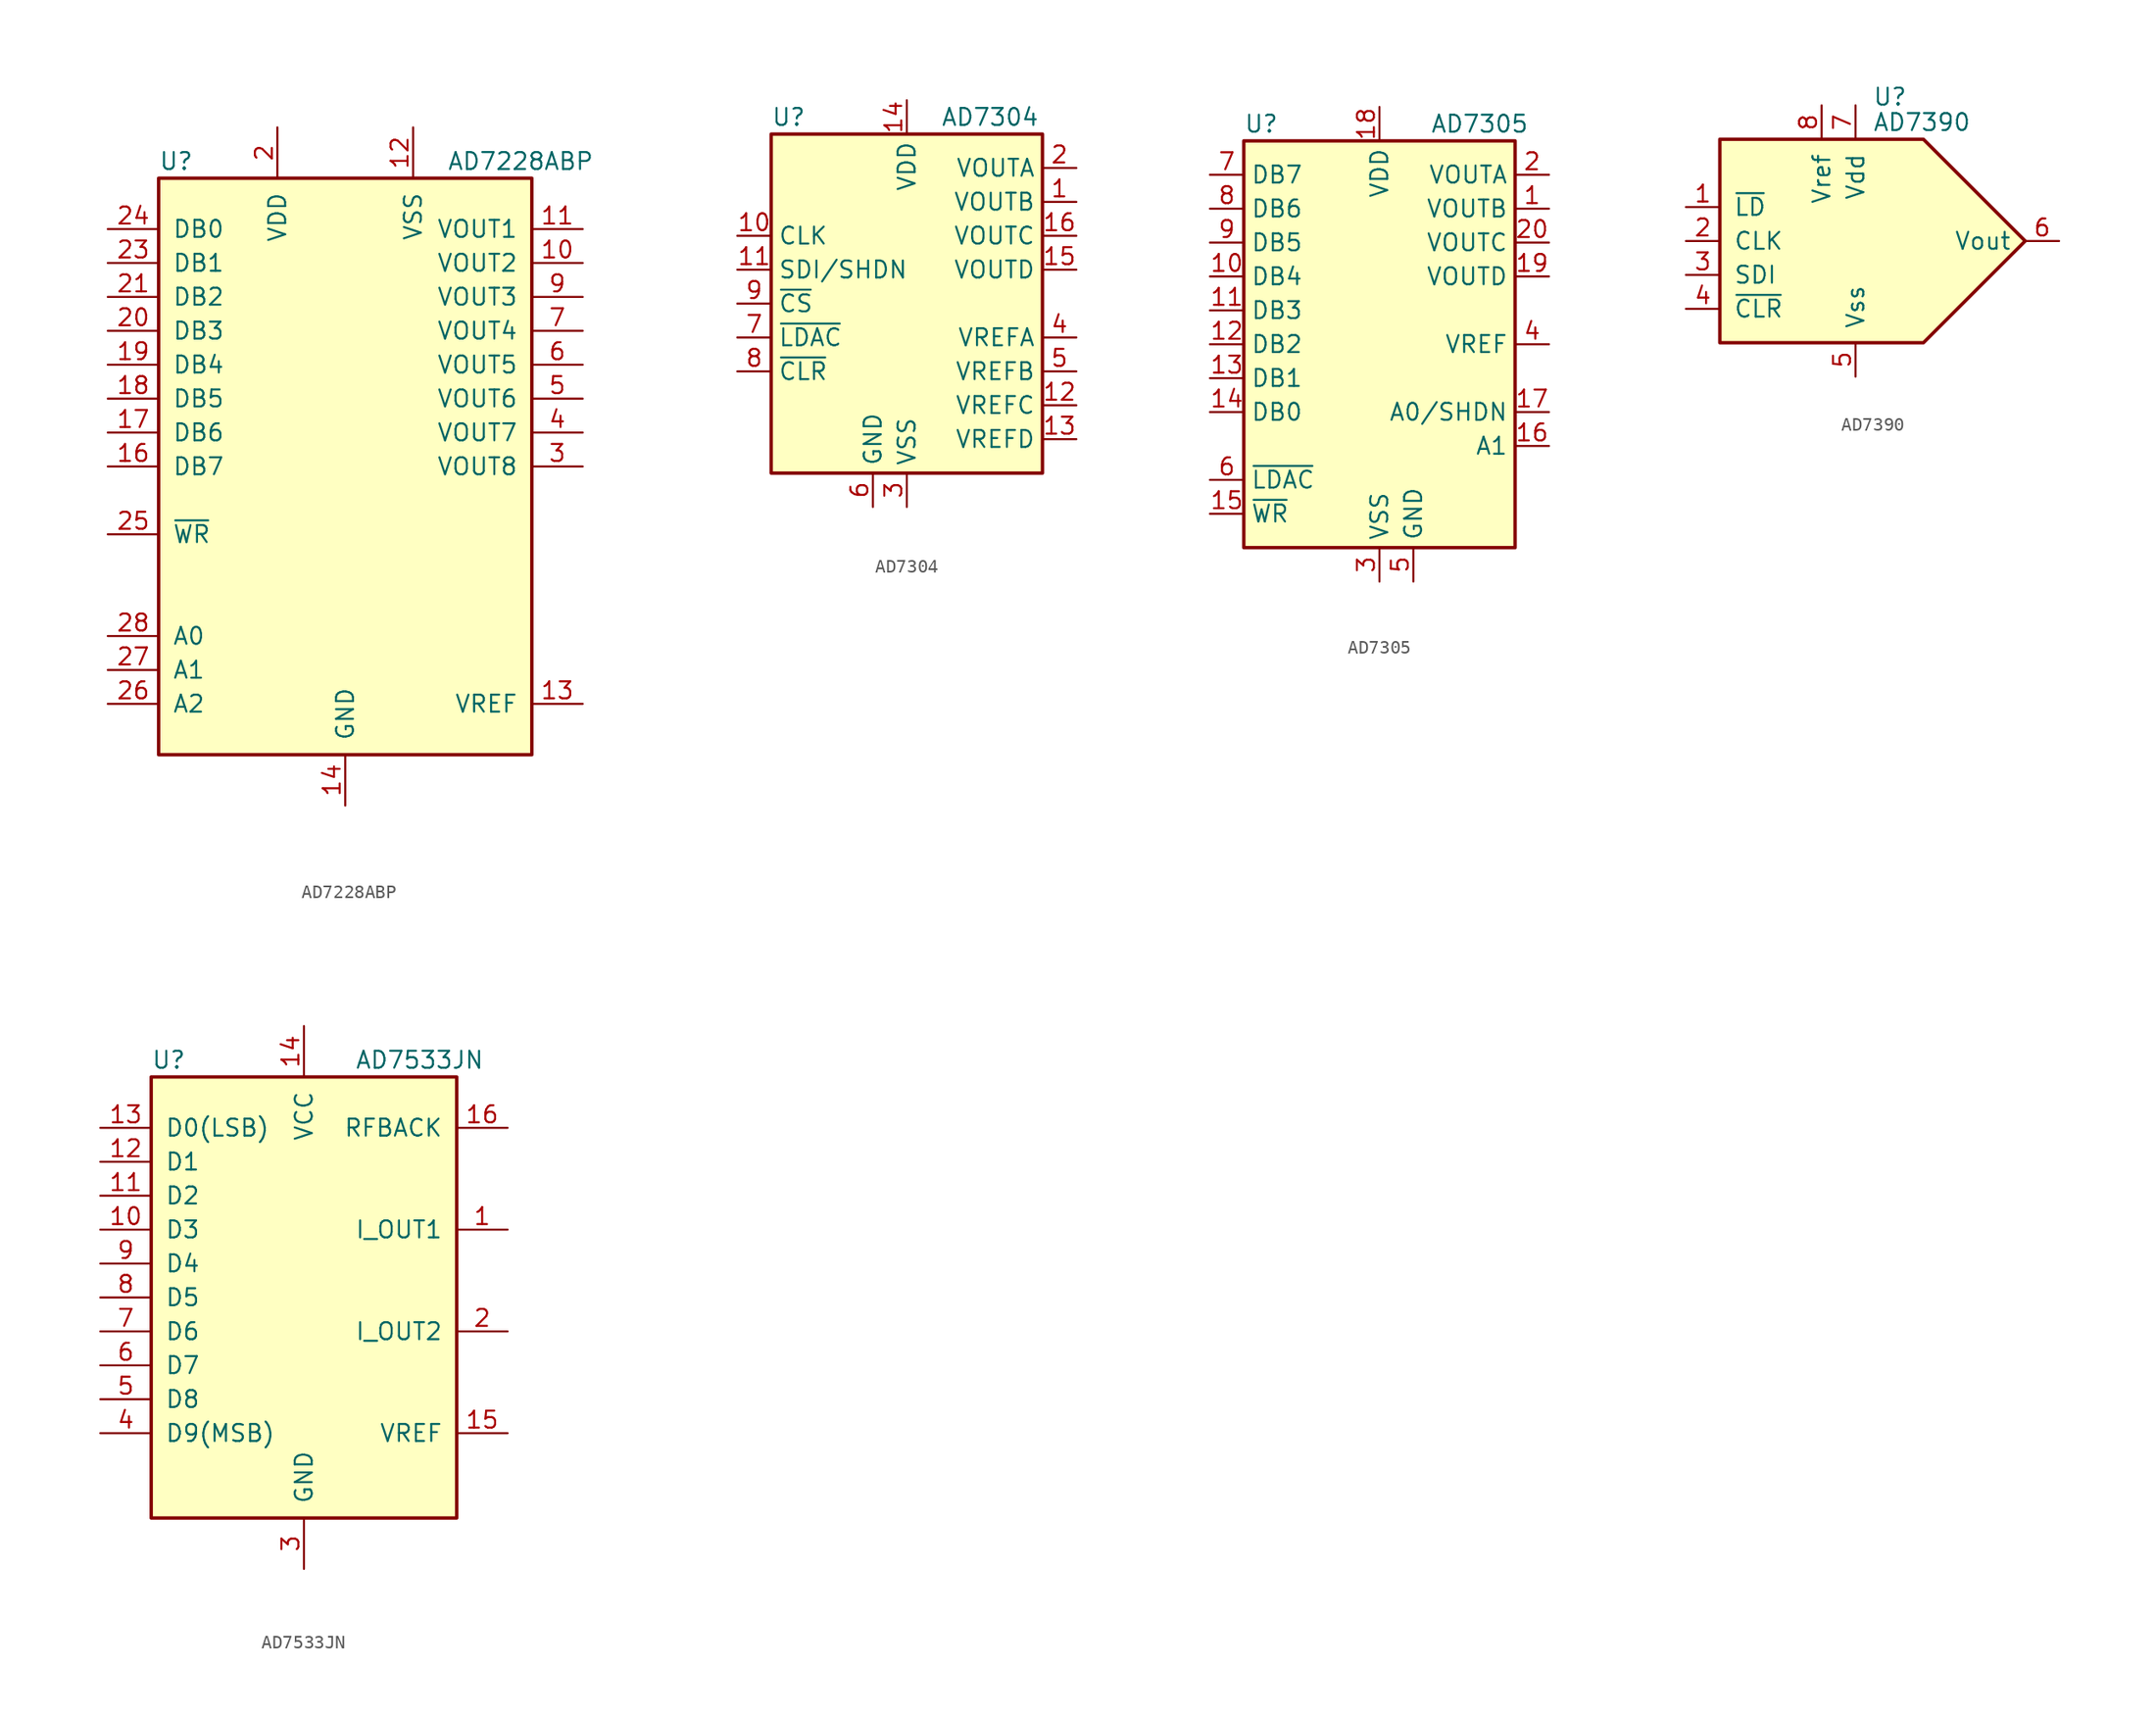
<source format=kicad_sym>
(kicad_symbol_lib
  (version 20220914)
  (generator kicad_symbol_editor)
  (symbol "AD7228ABP"
    (pin_names
      (offset 1.016))
    (property "Reference" "U"
      (at -13.97 22.86 0)
      (effects (font (size 1.27 1.27)) (justify left)))
    (property "Value" "AD7228ABP"
      (at 7.62 22.86 0)
      (effects (font (size 1.27 1.27)) (justify left)))
    (symbol "AD7228ABP_0_1"
      (rectangle (start -13.97 -21.59) (end 13.97 21.59) (stroke (width 0.254) (type default)) (fill (type background))))
    (symbol "AD7228ABP_1_1"
      (pin output line (at 17.78 15.24 180) (length 3.81) (name "VOUT2" (effects (font (size 1.27 1.27)))) (number "10" (effects (font (size 1.27 1.27)))))
      (pin output line (at 17.78 17.78 180) (length 3.81) (name "VOUT1" (effects (font (size 1.27 1.27)))) (number "11" (effects (font (size 1.27 1.27)))))
      (pin power_in line (at 5.08 25.4 270) (length 3.81) (name "VSS" (effects (font (size 1.27 1.27)))) (number "12" (effects (font (size 1.27 1.27)))))
      (pin passive line (at 17.78 -17.78 180) (length 3.81) (name "VREF" (effects (font (size 1.27 1.27)))) (number "13" (effects (font (size 1.27 1.27)))))
      (pin power_in line (at 0 -25.4 90) (length 3.81) (name "GND" (effects (font (size 1.27 1.27)))) (number "14" (effects (font (size 1.27 1.27)))))
      (pin input line (at -17.78 0 0) (length 3.81) (name "DB7" (effects (font (size 1.27 1.27)))) (number "16" (effects (font (size 1.27 1.27)))))
      (pin input line (at -17.78 2.54 0) (length 3.81) (name "DB6" (effects (font (size 1.27 1.27)))) (number "17" (effects (font (size 1.27 1.27)))))
      (pin input line (at -17.78 5.08 0) (length 3.81) (name "DB5" (effects (font (size 1.27 1.27)))) (number "18" (effects (font (size 1.27 1.27)))))
      (pin input line (at -17.78 7.62 0) (length 3.81) (name "DB4" (effects (font (size 1.27 1.27)))) (number "19" (effects (font (size 1.27 1.27)))))
      (pin power_in line (at -5.08 25.4 270) (length 3.81) (name "VDD" (effects (font (size 1.27 1.27)))) (number "2" (effects (font (size 1.27 1.27)))))
      (pin input line (at -17.78 10.16 0) (length 3.81) (name "DB3" (effects (font (size 1.27 1.27)))) (number "20" (effects (font (size 1.27 1.27)))))
      (pin input line (at -17.78 12.7 0) (length 3.81) (name "DB2" (effects (font (size 1.27 1.27)))) (number "21" (effects (font (size 1.27 1.27)))))
      (pin input line (at -17.78 15.24 0) (length 3.81) (name "DB1" (effects (font (size 1.27 1.27)))) (number "23" (effects (font (size 1.27 1.27)))))
      (pin input line (at -17.78 17.78 0) (length 3.81) (name "DB0" (effects (font (size 1.27 1.27)))) (number "24" (effects (font (size 1.27 1.27)))))
      (pin input line (at -17.78 -5.08 0) (length 3.81) (name "~{WR}" (effects (font (size 1.27 1.27)))) (number "25" (effects (font (size 1.27 1.27)))))
      (pin input line (at -17.78 -17.78 0) (length 3.81) (name "A2" (effects (font (size 1.27 1.27)))) (number "26" (effects (font (size 1.27 1.27)))))
      (pin input line (at -17.78 -15.24 0) (length 3.81) (name "A1" (effects (font (size 1.27 1.27)))) (number "27" (effects (font (size 1.27 1.27)))))
      (pin input line (at -17.78 -12.7 0) (length 3.81) (name "A0" (effects (font (size 1.27 1.27)))) (number "28" (effects (font (size 1.27 1.27)))))
      (pin output line (at 17.78 0 180) (length 3.81) (name "VOUT8" (effects (font (size 1.27 1.27)))) (number "3" (effects (font (size 1.27 1.27)))))
      (pin output line (at 17.78 2.54 180) (length 3.81) (name "VOUT7" (effects (font (size 1.27 1.27)))) (number "4" (effects (font (size 1.27 1.27)))))
      (pin output line (at 17.78 5.08 180) (length 3.81) (name "VOUT6" (effects (font (size 1.27 1.27)))) (number "5" (effects (font (size 1.27 1.27)))))
      (pin output line (at 17.78 7.62 180) (length 3.81) (name "VOUT5" (effects (font (size 1.27 1.27)))) (number "6" (effects (font (size 1.27 1.27)))))
      (pin output line (at 17.78 10.16 180) (length 3.81) (name "VOUT4" (effects (font (size 1.27 1.27)))) (number "7" (effects (font (size 1.27 1.27)))))
      (pin output line (at 17.78 12.7 180) (length 3.81) (name "VOUT3" (effects (font (size 1.27 1.27)))) (number "9" (effects (font (size 1.27 1.27)))))))
  (symbol "AD7304"
    (property "Reference" "U"
      (at -10.16 13.97 0)
      (effects (font (size 1.27 1.27)) (justify left)))
    (property "Value" "AD7304"
      (at 2.54 13.97 0)
      (effects (font (size 1.27 1.27)) (justify left)))
    (symbol "AD7304_0_1"
      (rectangle (start -10.16 12.7) (end 10.16 -12.7) (stroke (width 0.254) (type default)) (fill (type background))))
    (symbol "AD7304_1_1"
      (pin output line (at 12.7 7.62 180) (length 2.54) (name "VOUTB" (effects (font (size 1.27 1.27)))) (number "1" (effects (font (size 1.27 1.27)))))
      (pin input line (at -12.7 5.08 0) (length 2.54) (name "CLK" (effects (font (size 1.27 1.27)))) (number "10" (effects (font (size 1.27 1.27)))))
      (pin input line (at -12.7 2.54 0) (length 2.54) (name "SDI/SHDN" (effects (font (size 1.27 1.27)))) (number "11" (effects (font (size 1.27 1.27)))))
      (pin input line (at 12.7 -7.62 180) (length 2.54) (name "VREFC" (effects (font (size 1.27 1.27)))) (number "12" (effects (font (size 1.27 1.27)))))
      (pin input line (at 12.7 -10.16 180) (length 2.54) (name "VREFD" (effects (font (size 1.27 1.27)))) (number "13" (effects (font (size 1.27 1.27)))))
      (pin power_in line (at 0 15.24 270) (length 2.54) (name "VDD" (effects (font (size 1.27 1.27)))) (number "14" (effects (font (size 1.27 1.27)))))
      (pin output line (at 12.7 2.54 180) (length 2.54) (name "VOUTD" (effects (font (size 1.27 1.27)))) (number "15" (effects (font (size 1.27 1.27)))))
      (pin output line (at 12.7 5.08 180) (length 2.54) (name "VOUTC" (effects (font (size 1.27 1.27)))) (number "16" (effects (font (size 1.27 1.27)))))
      (pin output line (at 12.7 10.16 180) (length 2.54) (name "VOUTA" (effects (font (size 1.27 1.27)))) (number "2" (effects (font (size 1.27 1.27)))))
      (pin power_in line (at 0 -15.24 90) (length 2.54) (name "VSS" (effects (font (size 1.27 1.27)))) (number "3" (effects (font (size 1.27 1.27)))))
      (pin input line (at 12.7 -2.54 180) (length 2.54) (name "VREFA" (effects (font (size 1.27 1.27)))) (number "4" (effects (font (size 1.27 1.27)))))
      (pin input line (at 12.7 -5.08 180) (length 2.54) (name "VREFB" (effects (font (size 1.27 1.27)))) (number "5" (effects (font (size 1.27 1.27)))))
      (pin power_in line (at -2.54 -15.24 90) (length 2.54) (name "GND" (effects (font (size 1.27 1.27)))) (number "6" (effects (font (size 1.27 1.27)))))
      (pin output line (at -12.7 -2.54 0) (length 2.54) (name "~{LDAC}" (effects (font (size 1.27 1.27)))) (number "7" (effects (font (size 1.27 1.27)))))
      (pin output line (at -12.7 -5.08 0) (length 2.54) (name "~{CLR}" (effects (font (size 1.27 1.27)))) (number "8" (effects (font (size 1.27 1.27)))))
      (pin input line (at -12.7 0 0) (length 2.54) (name "~{CS}" (effects (font (size 1.27 1.27)))) (number "9" (effects (font (size 1.27 1.27)))))))
  (symbol "AD7305"
    (property "Reference" "U"
      (at -10.16 16.51 0)
      (effects (font (size 1.27 1.27)) (justify left)))
    (property "Value" "AD7305"
      (at 3.81 16.51 0)
      (effects (font (size 1.27 1.27)) (justify left)))
    (symbol "AD7305_0_1"
      (rectangle (start -10.16 15.24) (end 10.16 -15.24) (stroke (width 0.254) (type default)) (fill (type background))))
    (symbol "AD7305_1_1"
      (pin output line (at 12.7 10.16 180) (length 2.54) (name "VOUTB" (effects (font (size 1.27 1.27)))) (number "1" (effects (font (size 1.27 1.27)))))
      (pin input line (at -12.7 5.08 0) (length 2.54) (name "DB4" (effects (font (size 1.27 1.27)))) (number "10" (effects (font (size 1.27 1.27)))))
      (pin input line (at -12.7 2.54 0) (length 2.54) (name "DB3" (effects (font (size 1.27 1.27)))) (number "11" (effects (font (size 1.27 1.27)))))
      (pin input line (at -12.7 0 0) (length 2.54) (name "DB2" (effects (font (size 1.27 1.27)))) (number "12" (effects (font (size 1.27 1.27)))))
      (pin input line (at -12.7 -2.54 0) (length 2.54) (name "DB1" (effects (font (size 1.27 1.27)))) (number "13" (effects (font (size 1.27 1.27)))))
      (pin input line (at -12.7 -5.08 0) (length 2.54) (name "DB0" (effects (font (size 1.27 1.27)))) (number "14" (effects (font (size 1.27 1.27)))))
      (pin output line (at -12.7 -12.7 0) (length 2.54) (name "~{WR}" (effects (font (size 1.27 1.27)))) (number "15" (effects (font (size 1.27 1.27)))))
      (pin input line (at 12.7 -7.62 180) (length 2.54) (name "A1" (effects (font (size 1.27 1.27)))) (number "16" (effects (font (size 1.27 1.27)))))
      (pin input line (at 12.7 -5.08 180) (length 2.54) (name "A0/SHDN" (effects (font (size 1.27 1.27)))) (number "17" (effects (font (size 1.27 1.27)))))
      (pin power_in line (at 0 17.78 270) (length 2.54) (name "VDD" (effects (font (size 1.27 1.27)))) (number "18" (effects (font (size 1.27 1.27)))))
      (pin output line (at 12.7 5.08 180) (length 2.54) (name "VOUTD" (effects (font (size 1.27 1.27)))) (number "19" (effects (font (size 1.27 1.27)))))
      (pin output line (at 12.7 12.7 180) (length 2.54) (name "VOUTA" (effects (font (size 1.27 1.27)))) (number "2" (effects (font (size 1.27 1.27)))))
      (pin output line (at 12.7 7.62 180) (length 2.54) (name "VOUTC" (effects (font (size 1.27 1.27)))) (number "20" (effects (font (size 1.27 1.27)))))
      (pin power_in line (at 0 -17.78 90) (length 2.54) (name "VSS" (effects (font (size 1.27 1.27)))) (number "3" (effects (font (size 1.27 1.27)))))
      (pin input line (at 12.7 0 180) (length 2.54) (name "VREF" (effects (font (size 1.27 1.27)))) (number "4" (effects (font (size 1.27 1.27)))))
      (pin power_in line (at 2.54 -17.78 90) (length 2.54) (name "GND" (effects (font (size 1.27 1.27)))) (number "5" (effects (font (size 1.27 1.27)))))
      (pin input line (at -12.7 -10.16 0) (length 2.54) (name "~{LDAC}" (effects (font (size 1.27 1.27)))) (number "6" (effects (font (size 1.27 1.27)))))
      (pin input line (at -12.7 12.7 0) (length 2.54) (name "DB7" (effects (font (size 1.27 1.27)))) (number "7" (effects (font (size 1.27 1.27)))))
      (pin input line (at -12.7 10.16 0) (length 2.54) (name "DB6" (effects (font (size 1.27 1.27)))) (number "8" (effects (font (size 1.27 1.27)))))
      (pin input line (at -12.7 7.62 0) (length 2.54) (name "DB5" (effects (font (size 1.27 1.27)))) (number "9" (effects (font (size 1.27 1.27)))))))
  (symbol "AD7390"
    (pin_names
      (offset 1.016))
    (property "Reference" "U"
      (at 1.27 10.795 0)
      (effects (font (size 1.27 1.27)) (justify left)))
    (property "Value" "AD7390"
      (at 1.27 8.89 0)
      (effects (font (size 1.27 1.27)) (justify left)))
    (symbol "AD7390_0_0"
      (polyline (pts (xy 12.7 0) (xy 5.08 7.62) (xy -10.16 7.62) (xy -10.16 -7.62) (xy 5.08 -7.62) (xy 12.7 0)) (stroke (width 0.254) (type default)) (fill (type background))))
    (symbol "AD7390_1_1"
      (pin input line (at -12.7 2.54 0) (length 2.54) (name "~{LD}" (effects (font (size 1.27 1.27)))) (number "1" (effects (font (size 1.27 1.27)))))
      (pin input line (at -12.7 0 0) (length 2.54) (name "CLK" (effects (font (size 1.27 1.27)))) (number "2" (effects (font (size 1.27 1.27)))))
      (pin input line (at -12.7 -2.54 0) (length 2.54) (name "SDI" (effects (font (size 1.27 1.27)))) (number "3" (effects (font (size 1.27 1.27)))))
      (pin input line (at -12.7 -5.08 0) (length 2.54) (name "~{CLR}" (effects (font (size 1.27 1.27)))) (number "4" (effects (font (size 1.27 1.27)))))
      (pin power_in line (at 0 -10.16 90) (length 2.54) (name "Vss" (effects (font (size 1.27 1.27)))) (number "5" (effects (font (size 1.27 1.27)))))
      (pin output line (at 15.24 0 180) (length 2.54) (name "Vout" (effects (font (size 1.27 1.27)))) (number "6" (effects (font (size 1.27 1.27)))))
      (pin power_in line (at 0 10.16 270) (length 2.54) (name "Vdd" (effects (font (size 1.27 1.27)))) (number "7" (effects (font (size 1.27 1.27)))))
      (pin input line (at -2.54 10.16 270) (length 2.54) (name "Vref" (effects (font (size 1.27 1.27)))) (number "8" (effects (font (size 1.27 1.27)))))))
  (symbol "AD7533JN"
    (pin_names
      (offset 1.016))
    (property "Reference" "U"
      (at -11.43 17.78 0)
      (effects (font (size 1.27 1.27)) (justify left)))
    (property "Value" "AD7533JN"
      (at 3.81 17.78 0)
      (effects (font (size 1.27 1.27)) (justify left)))
    (symbol "AD7533JN_0_1"
      (rectangle (start -11.43 -16.51) (end 11.43 16.51) (stroke (width 0.254) (type default)) (fill (type background))))
    (symbol "AD7533JN_1_1"
      (pin passive line (at 15.24 5.08 180) (length 3.81) (name "I_OUT1" (effects (font (size 1.27 1.27)))) (number "1" (effects (font (size 1.27 1.27)))))
      (pin input line (at -15.24 5.08 0) (length 3.81) (name "D3" (effects (font (size 1.27 1.27)))) (number "10" (effects (font (size 1.27 1.27)))))
      (pin input line (at -15.24 7.62 0) (length 3.81) (name "D2" (effects (font (size 1.27 1.27)))) (number "11" (effects (font (size 1.27 1.27)))))
      (pin input line (at -15.24 10.16 0) (length 3.81) (name "D1" (effects (font (size 1.27 1.27)))) (number "12" (effects (font (size 1.27 1.27)))))
      (pin input line (at -15.24 12.7 0) (length 3.81) (name "D0(LSB)" (effects (font (size 1.27 1.27)))) (number "13" (effects (font (size 1.27 1.27)))))
      (pin power_in line (at 0 20.32 270) (length 3.81) (name "VCC" (effects (font (size 1.27 1.27)))) (number "14" (effects (font (size 1.27 1.27)))))
      (pin passive line (at 15.24 -10.16 180) (length 3.81) (name "VREF" (effects (font (size 1.27 1.27)))) (number "15" (effects (font (size 1.27 1.27)))))
      (pin passive line (at 15.24 12.7 180) (length 3.81) (name "RFBACK" (effects (font (size 1.27 1.27)))) (number "16" (effects (font (size 1.27 1.27)))))
      (pin passive line (at 15.24 -2.54 180) (length 3.81) (name "I_OUT2" (effects (font (size 1.27 1.27)))) (number "2" (effects (font (size 1.27 1.27)))))
      (pin power_in line (at 0 -20.32 90) (length 3.81) (name "GND" (effects (font (size 1.27 1.27)))) (number "3" (effects (font (size 1.27 1.27)))))
      (pin input line (at -15.24 -10.16 0) (length 3.81) (name "D9(MSB)" (effects (font (size 1.27 1.27)))) (number "4" (effects (font (size 1.27 1.27)))))
      (pin input line (at -15.24 -7.62 0) (length 3.81) (name "D8" (effects (font (size 1.27 1.27)))) (number "5" (effects (font (size 1.27 1.27)))))
      (pin input line (at -15.24 -5.08 0) (length 3.81) (name "D7" (effects (font (size 1.27 1.27)))) (number "6" (effects (font (size 1.27 1.27)))))
      (pin input line (at -15.24 -2.54 0) (length 3.81) (name "D6" (effects (font (size 1.27 1.27)))) (number "7" (effects (font (size 1.27 1.27)))))
      (pin input line (at -15.24 0 0) (length 3.81) (name "D5" (effects (font (size 1.27 1.27)))) (number "8" (effects (font (size 1.27 1.27)))))
      (pin input line (at -15.24 2.54 0) (length 3.81) (name "D4" (effects (font (size 1.27 1.27)))) (number "9" (effects (font (size 1.27 1.27))))))))
</source>
